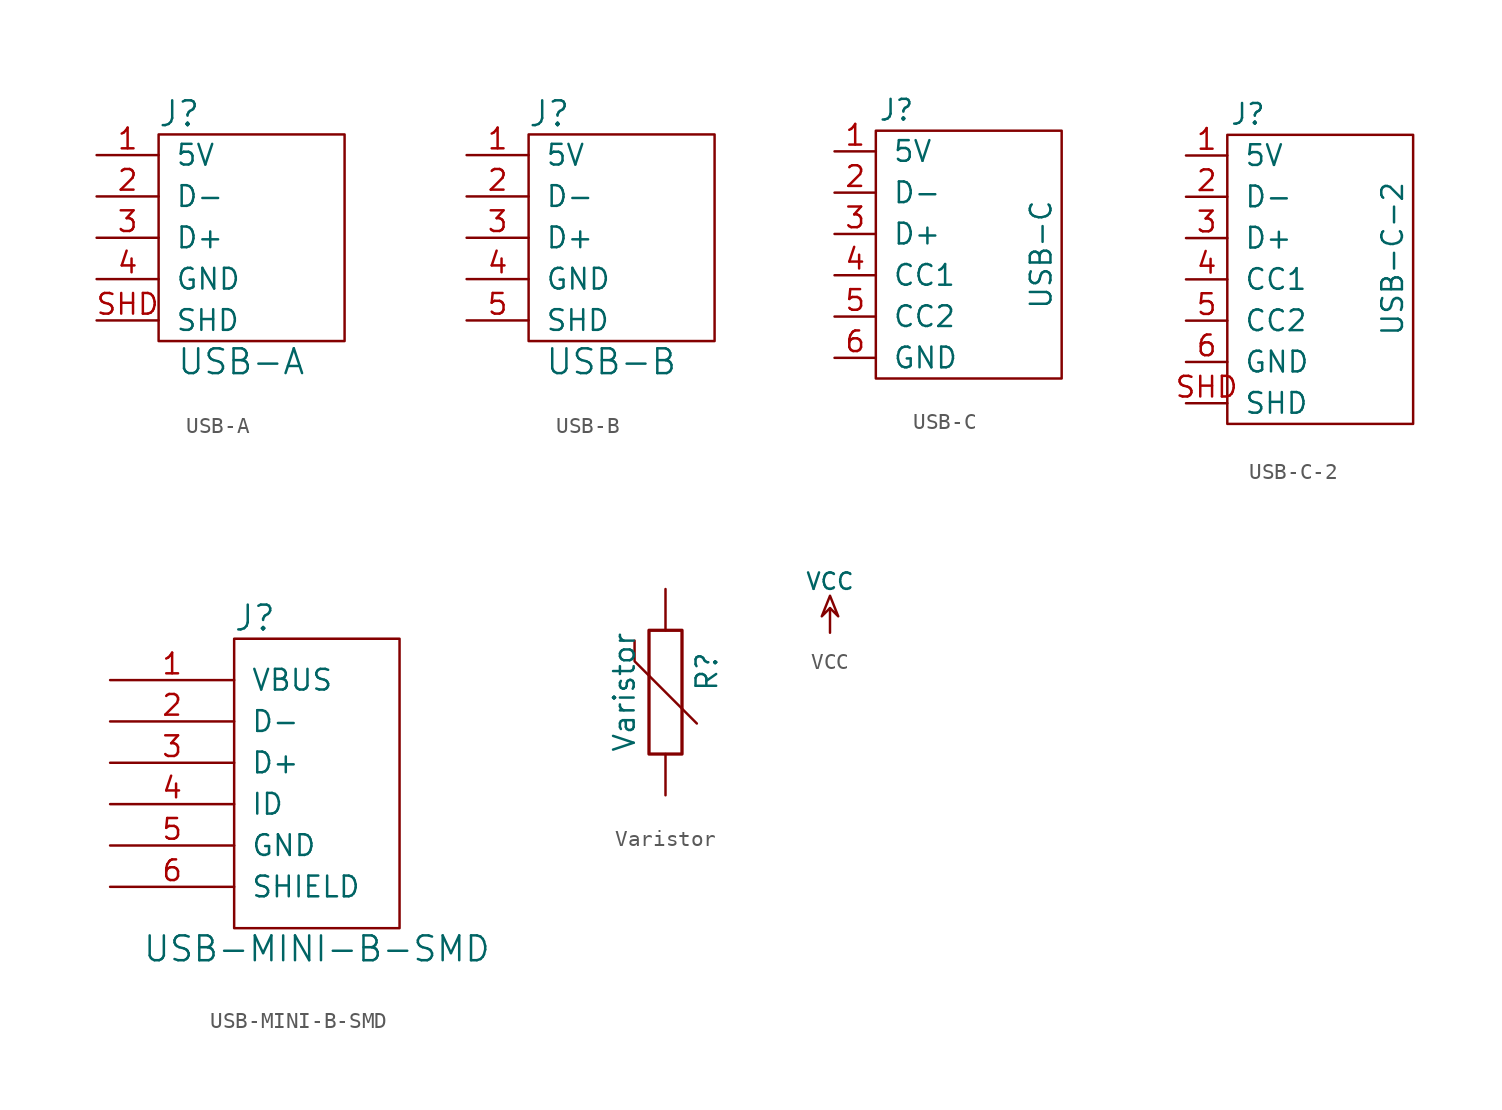
<source format=kicad_sym>
(kicad_symbol_lib
  (version 20210619)
  (generator kicad_symbol_editor)
  (symbol "tinkerforge:USB-A"
    (pin_names
      (offset 1.016))
    (property "Reference" "J"
      (at -5.08 7.62 0)
      (effects (font (size 1.524 1.524))))
    (property "Value" "USB-A"
      (at -1.27 -7.62 0)
      (effects (font (size 1.524 1.524))))
    (property "Footprint" ""
      (at 2.54 1.27 0)
      (effects (font (size 1.524 1.524))))
    (property "Datasheet" ""
      (at 2.54 1.27 0)
      (effects (font (size 1.524 1.524))))
    (symbol "USB-A_0_1"
      (rectangle (start -6.35 6.35) (end 5.08 -6.35) (stroke (width 0)) (fill (type none))))
    (symbol "USB-A_1_1"
      (pin passive line (at -10.16 5.08 0) (length 3.81) (name "5V" (effects (font (size 1.27 1.27)))) (number "1" (effects (font (size 1.27 1.27)))))
      (pin passive line (at -10.16 2.54 0) (length 3.81) (name "D-" (effects (font (size 1.27 1.27)))) (number "2" (effects (font (size 1.27 1.27)))))
      (pin passive line (at -10.16 0 0) (length 3.81) (name "D+" (effects (font (size 1.27 1.27)))) (number "3" (effects (font (size 1.27 1.27)))))
      (pin passive line (at -10.16 -2.54 0) (length 3.81) (name "GND" (effects (font (size 1.27 1.27)))) (number "4" (effects (font (size 1.27 1.27)))))
      (pin passive line (at -10.16 -5.08 0) (length 3.81) (name "SHD" (effects (font (size 1.27 1.27)))) (number "SHD" (effects (font (size 1.27 1.27)))))))
  (symbol "tinkerforge:USB-B"
    (pin_names
      (offset 1.016))
    (property "Reference" "J"
      (at -5.08 7.62 0)
      (effects (font (size 1.524 1.524))))
    (property "Value" "USB-B"
      (at -1.27 -7.62 0)
      (effects (font (size 1.524 1.524))))
    (property "Footprint" ""
      (at 2.54 1.27 0)
      (effects (font (size 1.524 1.524))))
    (property "Datasheet" ""
      (at 2.54 1.27 0)
      (effects (font (size 1.524 1.524))))
    (symbol "USB-B_0_1"
      (rectangle (start -6.35 6.35) (end 5.08 -6.35) (stroke (width 0)) (fill (type none))))
    (symbol "USB-B_1_1"
      (pin passive line (at -10.16 5.08 0) (length 3.81) (name "5V" (effects (font (size 1.27 1.27)))) (number "1" (effects (font (size 1.27 1.27)))))
      (pin passive line (at -10.16 2.54 0) (length 3.81) (name "D-" (effects (font (size 1.27 1.27)))) (number "2" (effects (font (size 1.27 1.27)))))
      (pin passive line (at -10.16 0 0) (length 3.81) (name "D+" (effects (font (size 1.27 1.27)))) (number "3" (effects (font (size 1.27 1.27)))))
      (pin passive line (at -10.16 -2.54 0) (length 3.81) (name "GND" (effects (font (size 1.27 1.27)))) (number "4" (effects (font (size 1.27 1.27)))))
      (pin passive line (at -10.16 -5.08 0) (length 3.81) (name "SHD" (effects (font (size 1.27 1.27)))) (number "5" (effects (font (size 1.27 1.27)))))))
  (symbol "tinkerforge:USB-C"
    (pin_names
      (offset 1.016))
    (property "Reference" "J"
      (at -3.81 8.89 0)
      (effects (font (size 1.27 1.27))))
    (property "Value" "USB-C"
      (at 5.08 0 90)
      (effects (font (size 1.27 1.27))))
    (symbol "USB-C_0_1"
      (rectangle (start -5.08 7.62) (end 6.35 -7.62) (stroke (width 0)) (fill (type none))))
    (symbol "USB-C_1_1"
      (pin passive line (at -7.62 6.35 0) (length 2.54) (name "5V" (effects (font (size 1.27 1.27)))) (number "1" (effects (font (size 1.27 1.27)))))
      (pin passive line (at -7.62 3.81 0) (length 2.54) (name "D-" (effects (font (size 1.27 1.27)))) (number "2" (effects (font (size 1.27 1.27)))))
      (pin passive line (at -7.62 1.27 0) (length 2.54) (name "D+" (effects (font (size 1.27 1.27)))) (number "3" (effects (font (size 1.27 1.27)))))
      (pin passive line (at -7.62 -1.27 0) (length 2.54) (name "CC1" (effects (font (size 1.27 1.27)))) (number "4" (effects (font (size 1.27 1.27)))))
      (pin passive line (at -7.62 -3.81 0) (length 2.54) (name "CC2" (effects (font (size 1.27 1.27)))) (number "5" (effects (font (size 1.27 1.27)))))
      (pin passive line (at -7.62 -6.35 0) (length 2.54) (name "GND" (effects (font (size 1.27 1.27)))) (number "6" (effects (font (size 1.27 1.27)))))))
  (symbol "tinkerforge:USB-C-2"
    (pin_names
      (offset 1.016))
    (property "Reference" "J"
      (at -3.81 8.89 0)
      (effects (font (size 1.27 1.27))))
    (property "Value" "USB-C-2"
      (at 5.08 0 90)
      (effects (font (size 1.27 1.27))))
    (symbol "USB-C-2_0_1"
      (rectangle (start -5.08 7.62) (end 6.35 -10.16) (stroke (width 0)) (fill (type none))))
    (symbol "USB-C-2_1_1"
      (pin passive line (at -7.62 6.35 0) (length 2.54) (name "5V" (effects (font (size 1.27 1.27)))) (number "1" (effects (font (size 1.27 1.27)))))
      (pin passive line (at -7.62 3.81 0) (length 2.54) (name "D-" (effects (font (size 1.27 1.27)))) (number "2" (effects (font (size 1.27 1.27)))))
      (pin passive line (at -7.62 1.27 0) (length 2.54) (name "D+" (effects (font (size 1.27 1.27)))) (number "3" (effects (font (size 1.27 1.27)))))
      (pin passive line (at -7.62 -1.27 0) (length 2.54) (name "CC1" (effects (font (size 1.27 1.27)))) (number "4" (effects (font (size 1.27 1.27)))))
      (pin passive line (at -7.62 -3.81 0) (length 2.54) (name "CC2" (effects (font (size 1.27 1.27)))) (number "5" (effects (font (size 1.27 1.27)))))
      (pin passive line (at -7.62 -6.35 0) (length 2.54) (name "GND" (effects (font (size 1.27 1.27)))) (number "6" (effects (font (size 1.27 1.27)))))
      (pin input line (at -7.62 -8.89 0) (length 2.54) (name "SHD" (effects (font (size 1.27 1.27)))) (number "SHD" (effects (font (size 1.27 1.27)))))))
  (symbol "tinkerforge:USB-MINI-B-SMD"
    (pin_names
      (offset 1.016))
    (property "Reference" "J"
      (at -7.62 10.16 0)
      (effects (font (size 1.524 1.524))))
    (property "Value" "USB-MINI-B-SMD"
      (at -3.81 -10.16 0)
      (effects (font (size 1.524 1.524))))
    (property "Footprint" ""
      (at 0 0 0)
      (effects (font (size 1.524 1.524))))
    (property "Datasheet" ""
      (at 0 0 0)
      (effects (font (size 1.524 1.524))))
    (symbol "USB-MINI-B-SMD_0_1"
      (rectangle (start -8.89 8.89) (end 1.27 -8.89) (stroke (width 0)) (fill (type none))))
    (symbol "USB-MINI-B-SMD_1_1"
      (pin passive line (at -16.51 6.35 0) (length 7.62) (name "VBUS" (effects (font (size 1.27 1.27)))) (number "1" (effects (font (size 1.27 1.27)))))
      (pin passive line (at -16.51 3.81 0) (length 7.62) (name "D-" (effects (font (size 1.27 1.27)))) (number "2" (effects (font (size 1.27 1.27)))))
      (pin passive line (at -16.51 1.27 0) (length 7.62) (name "D+" (effects (font (size 1.27 1.27)))) (number "3" (effects (font (size 1.27 1.27)))))
      (pin passive line (at -16.51 -1.27 0) (length 7.62) (name "ID" (effects (font (size 1.27 1.27)))) (number "4" (effects (font (size 1.27 1.27)))))
      (pin passive line (at -16.51 -3.81 0) (length 7.62) (name "GND" (effects (font (size 1.27 1.27)))) (number "5" (effects (font (size 1.27 1.27)))))
      (pin passive line (at -16.51 -6.35 0) (length 7.62) (name "SHIELD" (effects (font (size 1.27 1.27)))) (number "6" (effects (font (size 1.27 1.27)))))))
  (symbol "tinkerforge:Varistor"
    (pin_numbers hide)
    (pin_names
      (offset 0))
    (property "Reference" "R"
      (at 2.54 1.27 90)
      (effects (font (size 1.27 1.27))))
    (property "Value" "Varistor"
      (at -2.54 0 90)
      (effects (font (size 1.27 1.27))))
    (property "Footprint" ""
      (at 0 0 0)
      (effects (font (size 1.524 1.524))))
    (property "Datasheet" ""
      (at 0 0 0)
      (effects (font (size 1.524 1.524))))
    (symbol "Varistor_0_1"
      (rectangle (start -1.016 3.81) (end 1.016 -3.81) (stroke (width 0.203)) (fill (type none)))
      (polyline (pts (xy -1.905 3.175) (xy -1.905 1.905) (xy 1.905 -1.905) (xy 1.93 -1.93)) (stroke (width 0)) (fill (type none))))
    (symbol "Varistor_1_1"
      (pin passive line (at 0 6.35 270) (length 2.54) (name "~" (effects (font (size 1.524 1.524)))) (number "1" (effects (font (size 1.524 1.524)))))
      (pin passive line (at 0 -6.35 90) (length 2.54) (name "~" (effects (font (size 1.524 1.524)))) (number "2" (effects (font (size 1.524 1.524)))))))
  (symbol "tinkerforge:VCC"
    (power)
    (pin_names
      (offset 0))
    (property "Reference" "#PWR"
      (at 0 2.54 0)
      (effects (font (size 1.016 1.016)) hide))
    (property "Value" "VCC"
      (at 0 3.175 0)
      (effects (font (size 1.016 1.016))))
    (property "Footprint" ""
      (at 0 0 0)
      (effects (font (size 1.524 1.524))))
    (property "Datasheet" ""
      (at 0 0 0)
      (effects (font (size 1.524 1.524))))
    (symbol "VCC_0_0"
      (pin power_in line (at 0 0 90) (length 0) hide (name "VCC" (effects (font (size 0.762 0.762)))) (number "1" (effects (font (size 0.762 0.762))))))
    (symbol "VCC_0_1"
      (polyline (pts (xy 0 1.524) (xy 0 0)) (stroke (width 0)) (fill (type none)))
      (polyline (pts (xy 0 1.524) (xy 0.508 1.016) (xy 0 2.286) (xy -0.508 1.016) (xy 0 1.524) (xy 0 1.524)) (stroke (width 0)) (fill (type none))))))
</source>
